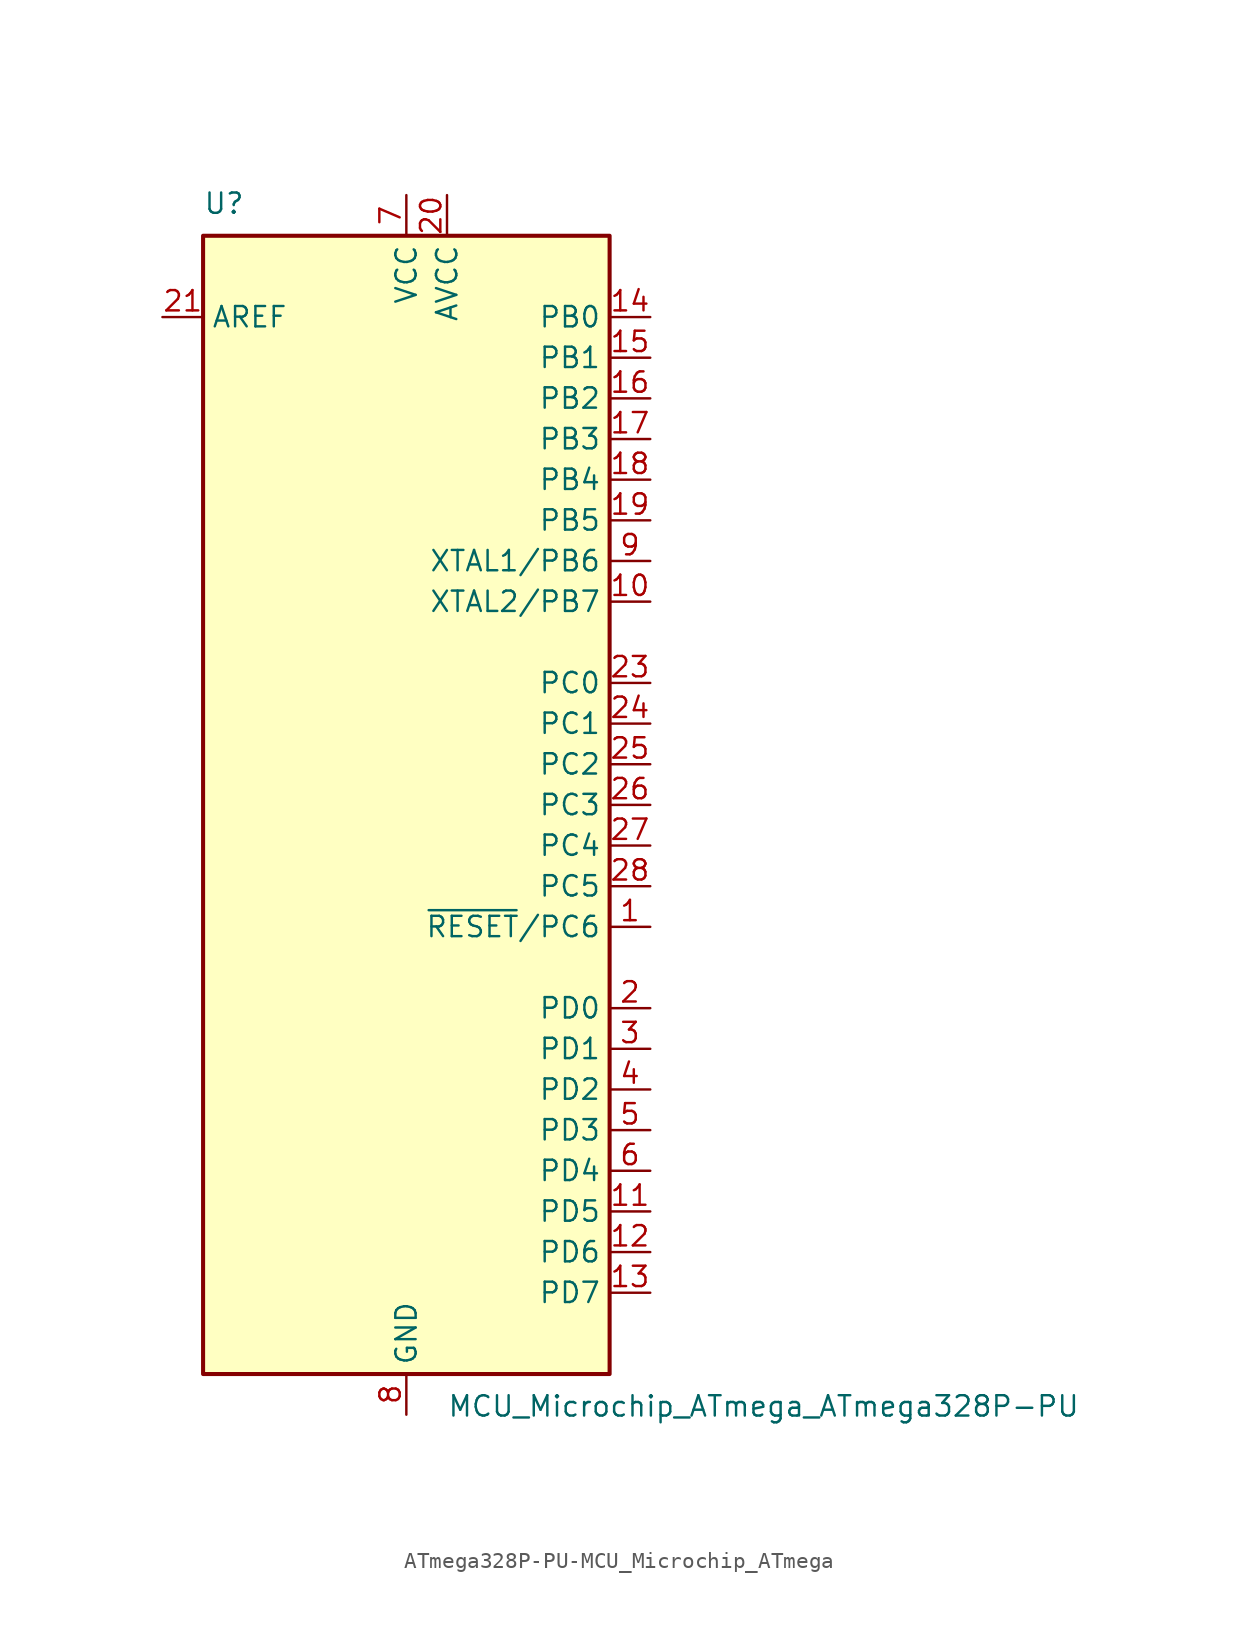
<source format=kicad_sym>
(kicad_symbol_lib
  (version 20220914)
  (generator kicad_symbol_editor)
  (symbol "ATmega328P-PU-MCU_Microchip_ATmega"
    (property "Reference" "U"
      (at -12.7 36.83 0)
      (effects (font (size 1.27 1.27)) (justify left bottom)))
    (property "Value" "MCU_Microchip_ATmega_ATmega328P-PU"
      (at 2.54 -36.83 0)
      (effects (font (size 1.27 1.27)) (justify left top)))
    (symbol "ATmega328P-PU-MCU_Microchip_ATmega_0_1"
      (rectangle (start -12.7 -35.56) (end 12.7 35.56) (stroke (width 0.254) (type solid)) (fill (type background))))
    (symbol "ATmega328P-PU-MCU_Microchip_ATmega_1_1"
      (pin bidirectional line (at 15.24 -7.62 180) (length 2.54) (name "~{RESET}/PC6" (effects (font (size 1.27 1.27)))) (number "1" (effects (font (size 1.27 1.27)))))
      (pin bidirectional line (at 15.24 12.7 180) (length 2.54) (name "XTAL2/PB7" (effects (font (size 1.27 1.27)))) (number "10" (effects (font (size 1.27 1.27)))))
      (pin bidirectional line (at 15.24 -25.4 180) (length 2.54) (name "PD5" (effects (font (size 1.27 1.27)))) (number "11" (effects (font (size 1.27 1.27)))))
      (pin bidirectional line (at 15.24 -27.94 180) (length 2.54) (name "PD6" (effects (font (size 1.27 1.27)))) (number "12" (effects (font (size 1.27 1.27)))))
      (pin bidirectional line (at 15.24 -30.48 180) (length 2.54) (name "PD7" (effects (font (size 1.27 1.27)))) (number "13" (effects (font (size 1.27 1.27)))))
      (pin bidirectional line (at 15.24 30.48 180) (length 2.54) (name "PB0" (effects (font (size 1.27 1.27)))) (number "14" (effects (font (size 1.27 1.27)))))
      (pin bidirectional line (at 15.24 27.94 180) (length 2.54) (name "PB1" (effects (font (size 1.27 1.27)))) (number "15" (effects (font (size 1.27 1.27)))))
      (pin bidirectional line (at 15.24 25.4 180) (length 2.54) (name "PB2" (effects (font (size 1.27 1.27)))) (number "16" (effects (font (size 1.27 1.27)))))
      (pin bidirectional line (at 15.24 22.86 180) (length 2.54) (name "PB3" (effects (font (size 1.27 1.27)))) (number "17" (effects (font (size 1.27 1.27)))))
      (pin bidirectional line (at 15.24 20.32 180) (length 2.54) (name "PB4" (effects (font (size 1.27 1.27)))) (number "18" (effects (font (size 1.27 1.27)))))
      (pin bidirectional line (at 15.24 17.78 180) (length 2.54) (name "PB5" (effects (font (size 1.27 1.27)))) (number "19" (effects (font (size 1.27 1.27)))))
      (pin bidirectional line (at 15.24 -12.7 180) (length 2.54) (name "PD0" (effects (font (size 1.27 1.27)))) (number "2" (effects (font (size 1.27 1.27)))))
      (pin power_in line (at 2.54 38.1 270) (length 2.54) (name "AVCC" (effects (font (size 1.27 1.27)))) (number "20" (effects (font (size 1.27 1.27)))))
      (pin passive line (at -15.24 30.48 0) (length 2.54) (name "AREF" (effects (font (size 1.27 1.27)))) (number "21" (effects (font (size 1.27 1.27)))))
      (pin passive line (at 0 -38.1 90) (length 2.54) hide (name "GND" (effects (font (size 1.27 1.27)))) (number "22" (effects (font (size 1.27 1.27)))))
      (pin bidirectional line (at 15.24 7.62 180) (length 2.54) (name "PC0" (effects (font (size 1.27 1.27)))) (number "23" (effects (font (size 1.27 1.27)))))
      (pin bidirectional line (at 15.24 5.08 180) (length 2.54) (name "PC1" (effects (font (size 1.27 1.27)))) (number "24" (effects (font (size 1.27 1.27)))))
      (pin bidirectional line (at 15.24 2.54 180) (length 2.54) (name "PC2" (effects (font (size 1.27 1.27)))) (number "25" (effects (font (size 1.27 1.27)))))
      (pin bidirectional line (at 15.24 0 180) (length 2.54) (name "PC3" (effects (font (size 1.27 1.27)))) (number "26" (effects (font (size 1.27 1.27)))))
      (pin bidirectional line (at 15.24 -2.54 180) (length 2.54) (name "PC4" (effects (font (size 1.27 1.27)))) (number "27" (effects (font (size 1.27 1.27)))))
      (pin bidirectional line (at 15.24 -5.08 180) (length 2.54) (name "PC5" (effects (font (size 1.27 1.27)))) (number "28" (effects (font (size 1.27 1.27)))))
      (pin bidirectional line (at 15.24 -15.24 180) (length 2.54) (name "PD1" (effects (font (size 1.27 1.27)))) (number "3" (effects (font (size 1.27 1.27)))))
      (pin bidirectional line (at 15.24 -17.78 180) (length 2.54) (name "PD2" (effects (font (size 1.27 1.27)))) (number "4" (effects (font (size 1.27 1.27)))))
      (pin bidirectional line (at 15.24 -20.32 180) (length 2.54) (name "PD3" (effects (font (size 1.27 1.27)))) (number "5" (effects (font (size 1.27 1.27)))))
      (pin bidirectional line (at 15.24 -22.86 180) (length 2.54) (name "PD4" (effects (font (size 1.27 1.27)))) (number "6" (effects (font (size 1.27 1.27)))))
      (pin power_in line (at 0 38.1 270) (length 2.54) (name "VCC" (effects (font (size 1.27 1.27)))) (number "7" (effects (font (size 1.27 1.27)))))
      (pin power_in line (at 0 -38.1 90) (length 2.54) (name "GND" (effects (font (size 1.27 1.27)))) (number "8" (effects (font (size 1.27 1.27)))))
      (pin bidirectional line (at 15.24 15.24 180) (length 2.54) (name "XTAL1/PB6" (effects (font (size 1.27 1.27)))) (number "9" (effects (font (size 1.27 1.27))))))))
</source>
